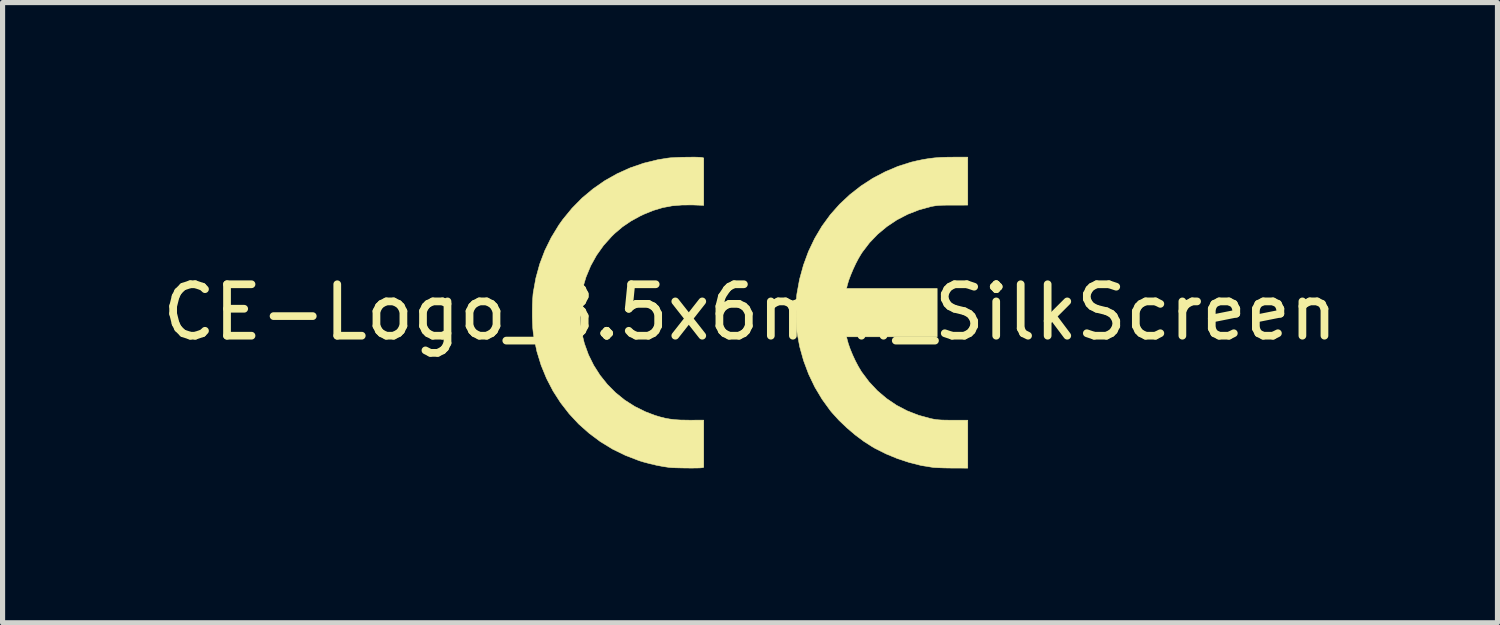
<source format=kicad_pcb>
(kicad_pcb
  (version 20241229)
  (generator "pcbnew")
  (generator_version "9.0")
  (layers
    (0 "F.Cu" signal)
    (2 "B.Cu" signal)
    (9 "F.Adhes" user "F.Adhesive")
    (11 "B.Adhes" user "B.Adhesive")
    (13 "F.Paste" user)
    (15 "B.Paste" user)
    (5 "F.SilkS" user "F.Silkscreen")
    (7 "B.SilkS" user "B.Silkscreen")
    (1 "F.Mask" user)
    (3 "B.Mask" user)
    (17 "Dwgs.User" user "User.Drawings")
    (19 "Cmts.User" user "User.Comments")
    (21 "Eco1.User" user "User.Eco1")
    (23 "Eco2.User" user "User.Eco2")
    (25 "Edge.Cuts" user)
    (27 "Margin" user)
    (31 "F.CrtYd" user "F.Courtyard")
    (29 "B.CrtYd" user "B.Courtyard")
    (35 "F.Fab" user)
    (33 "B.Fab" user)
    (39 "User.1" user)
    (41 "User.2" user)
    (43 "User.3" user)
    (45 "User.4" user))
  (footprint "CE-Logo_8.5x6mm_SilkScreen"
    (layer "F.Cu")
    (at 11.53 3.021)
    (property "Reference" "CE-Logo_8.5x6mm_SilkScreen" (at 0 0 0) (layer "F.SilkS") (effects (font (size 1 1) (thickness 0.15))))
    (attr exclude_from_pos_files exclude_from_bom)
    (fp_poly (pts (xy -1.061 -3.016) (xy -0.996 -3.014) (xy -0.95 -3.011) (xy -0.929 -3.008) (xy -0.9 -3) (xy -0.9 -2.079) (xy -1.109 -2.087) (xy -1.319 -2.086) (xy -1.513 -2.07) (xy -1.698 -2.035) (xy -1.878 -1.981) (xy -2.061 -1.907) (xy -2.137 -1.871) (xy -2.317 -1.772) (xy -2.48 -1.661) (xy -2.632 -1.532) (xy -2.691 -1.474) (xy -2.848 -1.299) (xy -2.984 -1.108) (xy -3.097 -0.904) (xy -3.188 -0.686) (xy -3.257 -0.456) (xy -3.277 -0.364) (xy -3.289 -0.28) (xy -3.297 -0.177) (xy -3.301 -0.062) (xy -3.301 0.057) (xy -3.297 0.174) (xy -3.289 0.281) (xy -3.277 0.37) (xy -3.276 0.377) (xy -3.22 0.606) (xy -3.141 0.824) (xy -3.039 1.03) (xy -2.916 1.223) (xy -2.774 1.401) (xy -2.614 1.562) (xy -2.436 1.706) (xy -2.242 1.83) (xy -2.034 1.933) (xy -1.851 2.003) (xy -1.748 2.034) (xy -1.653 2.058) (xy -1.56 2.075) (xy -1.463 2.087) (xy -1.355 2.094) (xy -1.229 2.096) (xy -1.174 2.097) (xy -0.9 2.096) (xy -0.9 3.013) (xy -0.929 3.021) (xy -0.955 3.024) (xy -1.002 3.026) (xy -1.065 3.027) (xy -1.141 3.028) (xy -1.224 3.027) (xy -1.309 3.026) (xy -1.391 3.024) (xy -1.466 3.022) (xy -1.528 3.019) (xy -1.574 3.015) (xy -1.574 3.015) (xy -1.687 2.998) (xy -1.815 2.974) (xy -1.947 2.943) (xy -2.075 2.909) (xy -2.156 2.884) (xy -2.421 2.782) (xy -2.671 2.66) (xy -2.907 2.516) (xy -3.127 2.352) (xy -3.331 2.171) (xy -3.516 1.972) (xy -3.683 1.757) (xy -3.83 1.528) (xy -3.956 1.285) (xy -4.061 1.029) (xy -4.143 0.762) (xy -4.201 0.486) (xy -4.214 0.397) (xy -4.223 0.312) (xy -4.228 0.208) (xy -4.232 0.092) (xy -4.232 -0.029) (xy -4.23 -0.148) (xy -4.225 -0.258) (xy -4.218 -0.352) (xy -4.214 -0.384) (xy -4.163 -0.666) (xy -4.088 -0.939) (xy -3.988 -1.202) (xy -3.864 -1.454) (xy -3.717 -1.695) (xy -3.638 -1.806) (xy -3.46 -2.023) (xy -3.264 -2.222) (xy -3.051 -2.4) (xy -2.824 -2.558) (xy -2.583 -2.694) (xy -2.33 -2.808) (xy -2.066 -2.899) (xy -1.792 -2.966) (xy -1.601 -2.997) (xy -1.549 -3.003) (xy -1.48 -3.007) (xy -1.399 -3.011) (xy -1.312 -3.014) (xy -1.224 -3.015) (xy -1.138 -3.016) (xy -1.061 -3.016)) (stroke (width 0.01) (type solid)) (fill yes) (layer "F.SilkS"))
    (fp_poly (pts (xy 4.233 -2.084) (xy 3.939 -2.083) (xy 3.837 -2.083) (xy 3.756 -2.082) (xy 3.692 -2.079) (xy 3.638 -2.075) (xy 3.591 -2.069) (xy 3.544 -2.061) (xy 3.51 -2.054) (xy 3.281 -1.99) (xy 3.061 -1.904) (xy 2.854 -1.796) (xy 2.661 -1.667) (xy 2.484 -1.52) (xy 2.324 -1.354) (xy 2.184 -1.171) (xy 2.16 -1.134) (xy 2.108 -1.047) (xy 2.055 -0.945) (xy 2.004 -0.836) (xy 1.958 -0.726) (xy 1.919 -0.623) (xy 1.892 -0.532) (xy 1.886 -0.506) (xy 1.876 -0.463) (xy 3.638 -0.463) (xy 3.638 0.476) (xy 1.876 0.476) (xy 1.886 0.519) (xy 1.911 0.611) (xy 1.948 0.716) (xy 1.995 0.83) (xy 2.048 0.944) (xy 2.105 1.052) (xy 2.161 1.146) (xy 2.17 1.16) (xy 2.314 1.352) (xy 2.475 1.524) (xy 2.653 1.675) (xy 2.846 1.806) (xy 3.054 1.915) (xy 3.275 2.001) (xy 3.508 2.065) (xy 3.514 2.066) (xy 3.567 2.077) (xy 3.615 2.085) (xy 3.665 2.09) (xy 3.721 2.094) (xy 3.789 2.096) (xy 3.875 2.097) (xy 3.946 2.097) (xy 4.233 2.097) (xy 4.233 3.029) (xy 3.946 3.028) (xy 3.854 3.027) (xy 3.764 3.025) (xy 3.682 3.022) (xy 3.614 3.019) (xy 3.566 3.016) (xy 3.559 3.015) (xy 3.333 2.979) (xy 3.101 2.921) (xy 2.869 2.845) (xy 2.644 2.752) (xy 2.43 2.645) (xy 2.375 2.613) (xy 2.211 2.508) (xy 2.045 2.384) (xy 1.883 2.246) (xy 1.732 2.102) (xy 1.599 1.956) (xy 1.562 1.912) (xy 1.401 1.69) (xy 1.259 1.452) (xy 1.139 1.201) (xy 1.041 0.939) (xy 0.965 0.667) (xy 0.914 0.389) (xy 0.912 0.37) (xy 0.905 0.299) (xy 0.9 0.208) (xy 0.897 0.105) (xy 0.896 -0.004) (xy 0.897 -0.112) (xy 0.9 -0.213) (xy 0.905 -0.299) (xy 0.911 -0.357) (xy 0.963 -0.642) (xy 1.039 -0.918) (xy 1.136 -1.182) (xy 1.256 -1.434) (xy 1.397 -1.672) (xy 1.559 -1.894) (xy 1.562 -1.898) (xy 1.742 -2.101) (xy 1.941 -2.287) (xy 2.157 -2.456) (xy 2.386 -2.605) (xy 2.628 -2.732) (xy 2.878 -2.838) (xy 3.134 -2.919) (xy 3.235 -2.943) (xy 3.359 -2.969) (xy 3.474 -2.988) (xy 3.588 -3.002) (xy 3.707 -3.011) (xy 3.841 -3.015) (xy 3.952 -3.016) (xy 4.233 -3.016) (xy 4.233 -2.084)) (stroke (width 0.01) (type solid)) (fill yes) (layer "F.SilkS")))
  (gr_rect
    (start -3 -3)
    (end 26.06 9.056)
    (stroke (width 0.1) (type default))
    (fill no)
    (layer "Edge.Cuts")))
</source>
